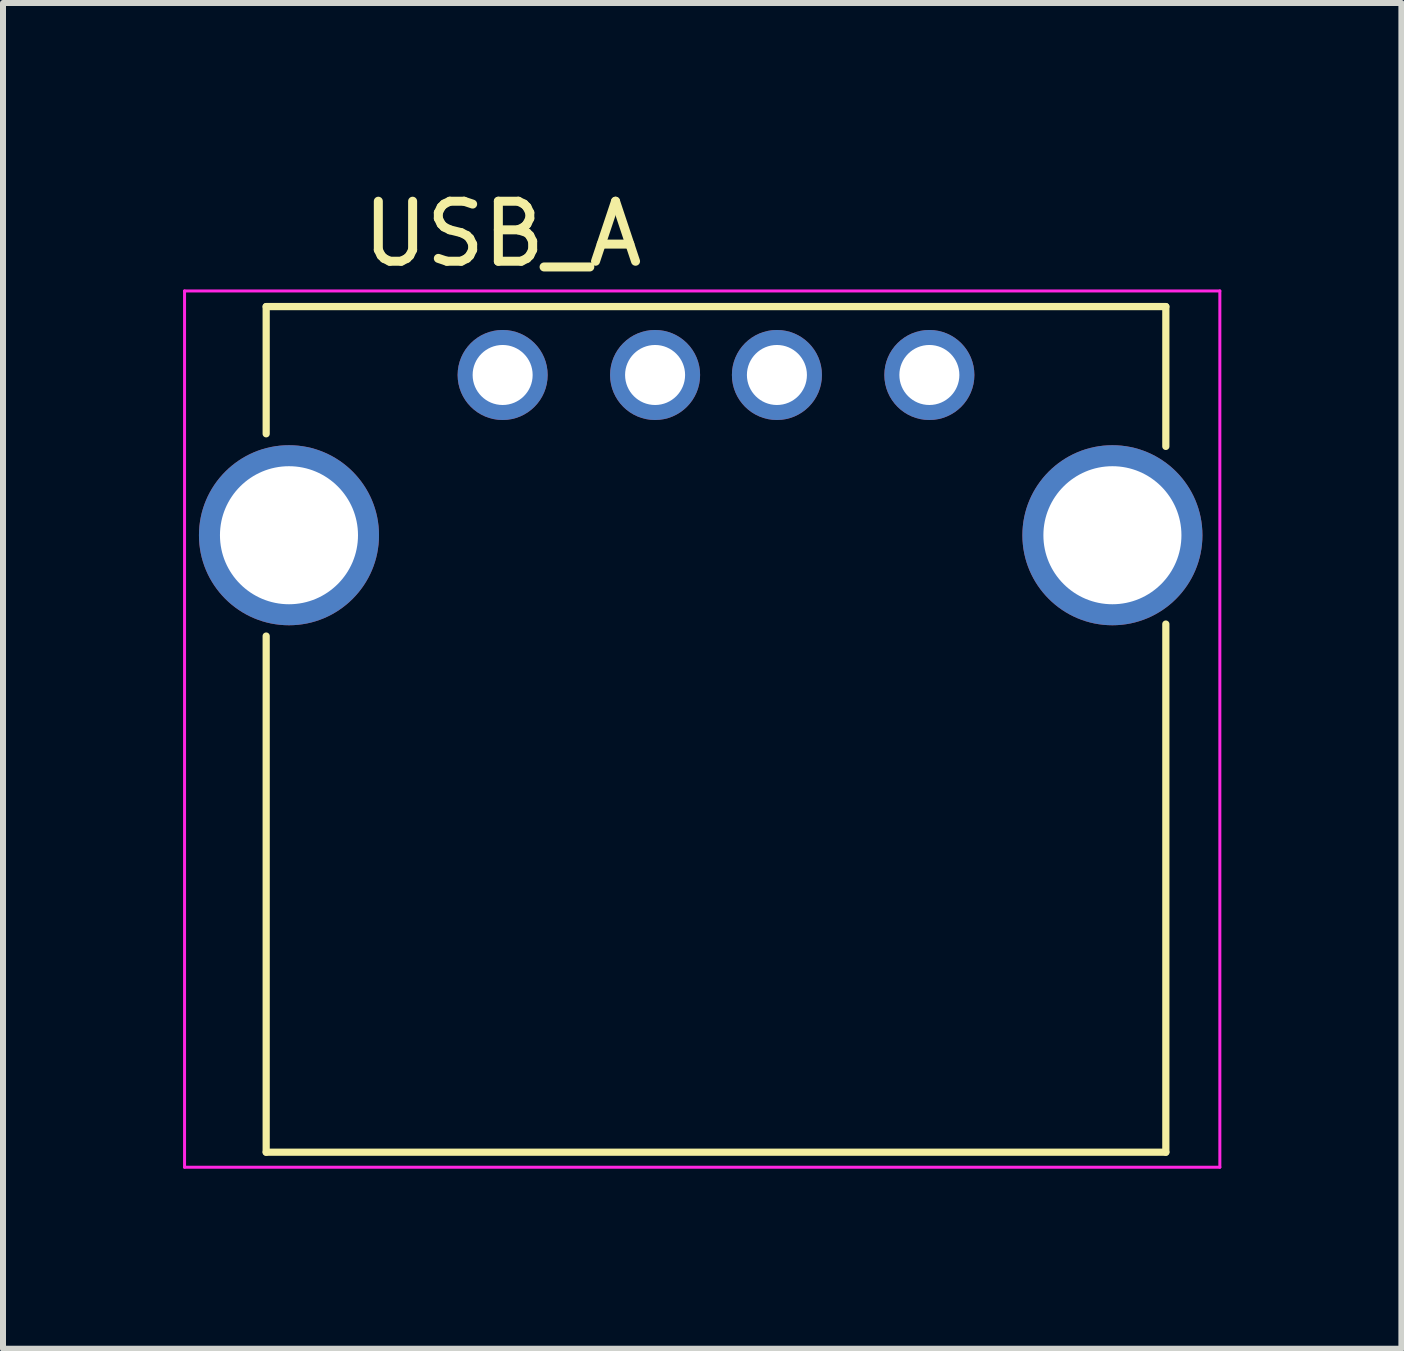
<source format=kicad_pcb>
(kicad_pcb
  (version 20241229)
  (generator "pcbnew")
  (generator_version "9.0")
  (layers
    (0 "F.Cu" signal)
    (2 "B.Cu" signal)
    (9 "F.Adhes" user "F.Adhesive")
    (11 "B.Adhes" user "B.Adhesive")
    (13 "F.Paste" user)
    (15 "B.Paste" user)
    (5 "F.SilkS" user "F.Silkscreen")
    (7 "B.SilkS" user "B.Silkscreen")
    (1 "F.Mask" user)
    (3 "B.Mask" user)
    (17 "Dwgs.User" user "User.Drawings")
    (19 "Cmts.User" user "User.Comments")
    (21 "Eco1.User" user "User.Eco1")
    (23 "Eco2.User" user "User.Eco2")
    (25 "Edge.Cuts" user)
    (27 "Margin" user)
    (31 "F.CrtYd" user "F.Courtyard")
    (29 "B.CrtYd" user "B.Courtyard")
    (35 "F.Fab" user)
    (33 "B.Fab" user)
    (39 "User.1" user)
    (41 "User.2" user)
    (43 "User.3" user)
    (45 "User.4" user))
  (footprint "USB_A"
    (layer "F.Cu")
    (at 5.325 3.198)
    (property "Reference" "USB_A" (at 0 -2.35 0) (layer "F.SilkS") (effects (font (size 1 1) (thickness 0.15))))
    (attr through_hole)
    (fp_line (start -3.94 -1.14) (end -3.94 0.98) (stroke (width 0.12) (type solid)) (layer "F.SilkS"))
    (fp_line (start -3.94 4.35) (end -3.94 12.95) (stroke (width 0.12) (type solid)) (layer "F.SilkS"))
    (fp_line (start 11.05 -1.14) (end -3.94 -1.14) (stroke (width 0.12) (type solid)) (layer "F.SilkS"))
    (fp_line (start 11.05 -1.14) (end 11.05 1.19) (stroke (width 0.12) (type solid)) (layer "F.SilkS"))
    (fp_line (start 11.05 4.15) (end 11.05 12.95) (stroke (width 0.12) (type solid)) (layer "F.SilkS"))
    (fp_line (start 11.05 12.95) (end -3.94 12.95) (stroke (width 0.12) (type solid)) (layer "F.SilkS"))
    (fp_line (start -5.3 -1.4) (end 11.95 -1.4) (stroke (width 0.05) (type solid)) (layer "F.CrtYd"))
    (fp_line (start -5.3 13.2) (end -5.3 -1.4) (stroke (width 0.05) (type solid)) (layer "F.CrtYd"))
    (fp_line (start -5.3 13.2) (end 11.95 13.2) (stroke (width 0.05) (type solid)) (layer "F.CrtYd"))
    (fp_line (start 11.95 -1.4) (end 11.95 13.2) (stroke (width 0.05) (type solid)) (layer "F.CrtYd"))
    (pad "1" thru_hole circle (at -3.56 2.67 270) (size 3 3) (drill 2.3) (layers "*.Cu" "*.Mask"))
    (pad "1" thru_hole circle (at 7.11 0 270) (size 1.5 1.5) (drill 1) (layers "*.Cu" "*.Mask"))
    (pad "1" thru_hole circle (at 10.16 2.67 270) (size 3 3) (drill 2.3) (layers "*.Cu" "*.Mask"))
    (pad "2" thru_hole circle (at 2.54 0 270) (size 1.5 1.5) (drill 1) (layers "*.Cu" "*.Mask"))
    (pad "3" thru_hole circle (at 4.57 0 270) (size 1.5 1.5) (drill 1) (layers "*.Cu" "*.Mask"))
    (pad "5" thru_hole circle (at 0 0 270) (size 1.5 1.5) (drill 1) (layers "*.Cu" "*.Mask")))
  (gr_rect
    (start -3 -3)
    (end 20.3 19.423)
    (stroke (width 0.1) (type default))
    (fill no)
    (layer "Edge.Cuts")))
</source>
